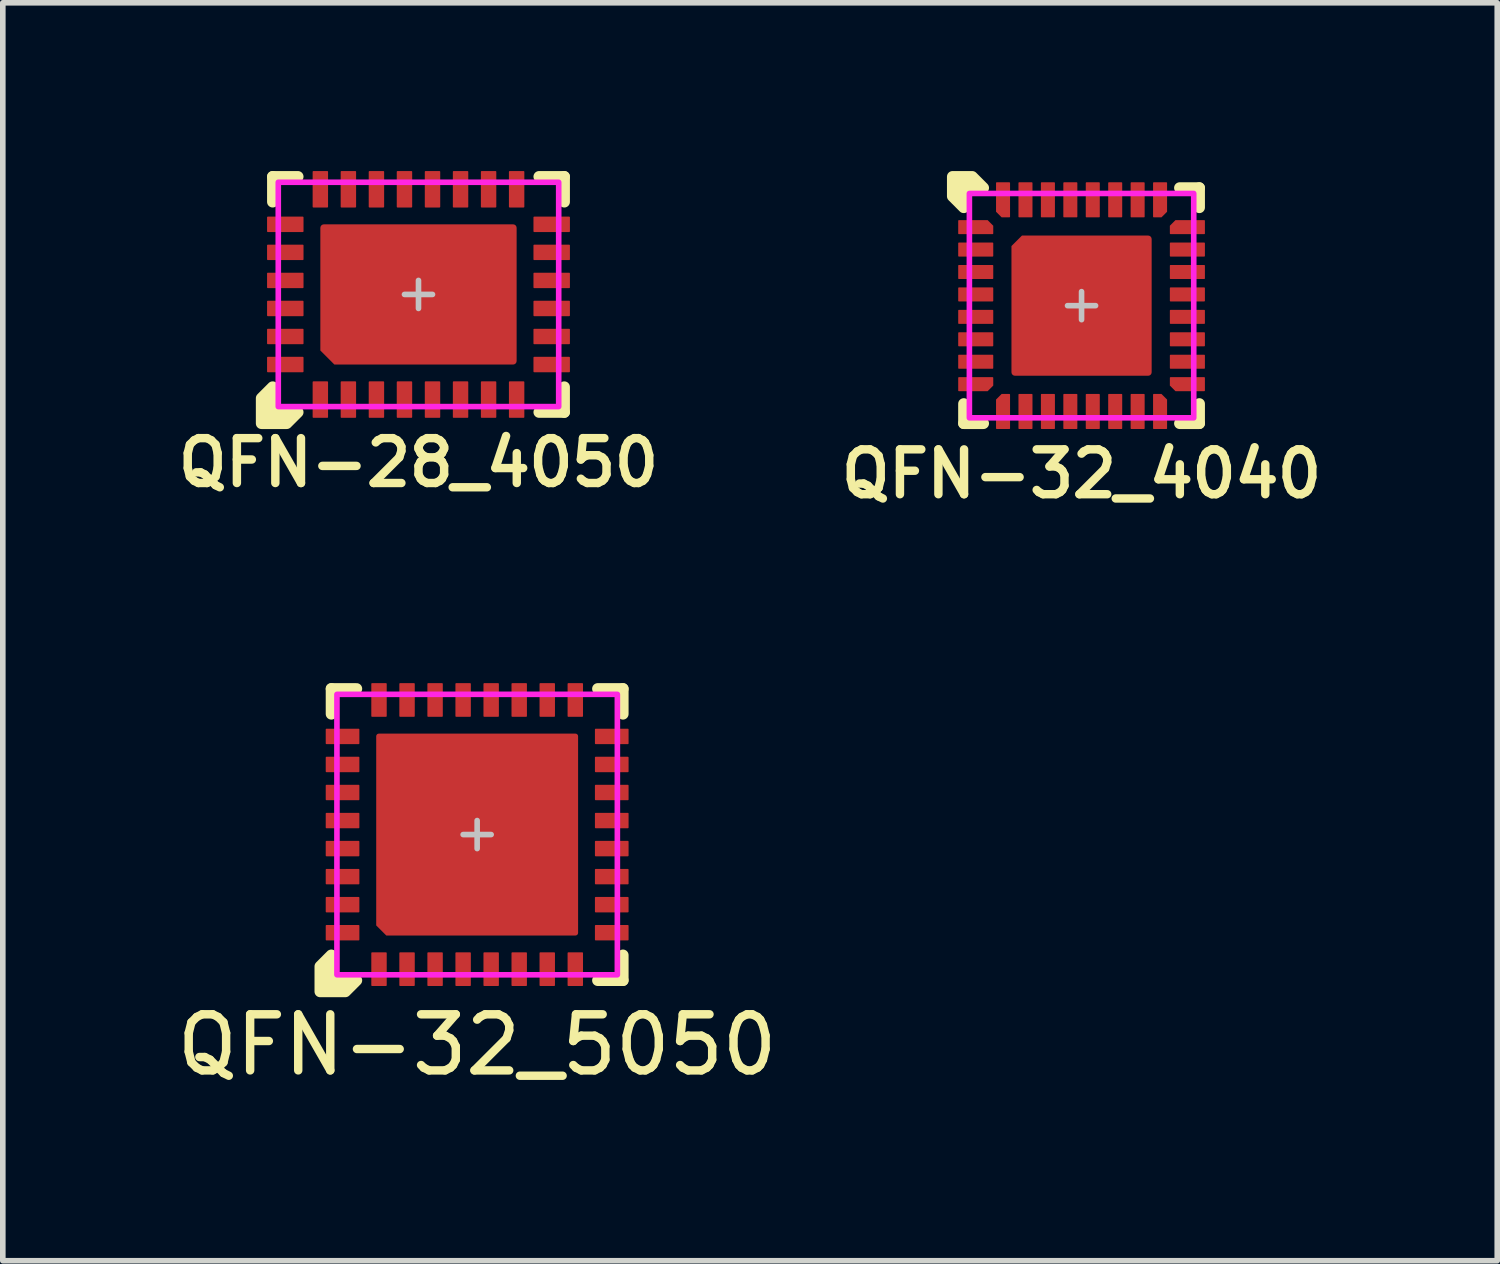
<source format=kicad_pcb>
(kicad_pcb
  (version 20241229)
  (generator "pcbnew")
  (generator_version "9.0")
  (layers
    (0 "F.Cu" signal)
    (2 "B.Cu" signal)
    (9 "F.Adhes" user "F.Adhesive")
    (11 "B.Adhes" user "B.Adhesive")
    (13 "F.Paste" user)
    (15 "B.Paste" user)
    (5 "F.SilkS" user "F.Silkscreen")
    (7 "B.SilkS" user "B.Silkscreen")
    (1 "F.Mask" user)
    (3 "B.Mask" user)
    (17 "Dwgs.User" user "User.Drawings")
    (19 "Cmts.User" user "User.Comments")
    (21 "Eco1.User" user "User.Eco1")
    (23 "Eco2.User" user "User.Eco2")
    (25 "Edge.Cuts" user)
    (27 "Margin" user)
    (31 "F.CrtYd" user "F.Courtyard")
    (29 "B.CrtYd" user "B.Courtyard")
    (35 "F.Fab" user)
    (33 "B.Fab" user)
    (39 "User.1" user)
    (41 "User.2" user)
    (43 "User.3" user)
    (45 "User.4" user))
  (footprint "QFN-32_5050"
    (layer "F.Cu")
    (at 5.458 11.831)
    (property "Reference" "QFN-32_5050" (at 0 3.75 0) (unlocked yes) (layer "F.SilkS") (effects (font (size 1 1) (thickness 0.15))))
    (attr smd)
    (fp_line (start -2.6 -2.6) (end -2.6 -2.15) (stroke (width 0.2) (type solid)) (layer "F.SilkS"))
    (fp_line (start -2.15 -2.6) (end -2.6 -2.6) (stroke (width 0.2) (type solid)) (layer "F.SilkS"))
    (fp_line (start 2.15 2.6) (end 2.6 2.6) (stroke (width 0.2) (type solid)) (layer "F.SilkS"))
    (fp_line (start 2.6 -2.6) (end 2.15 -2.6) (stroke (width 0.2) (type solid)) (layer "F.SilkS"))
    (fp_line (start 2.6 -2.15) (end 2.6 -2.6) (stroke (width 0.2) (type solid)) (layer "F.SilkS"))
    (fp_line (start 2.6 2.6) (end 2.6 2.15) (stroke (width 0.2) (type solid)) (layer "F.SilkS"))
    (fp_poly (pts (xy -2.6 2.6) (xy -2.15 2.6) (xy -2.35 2.8) (xy -2.8 2.8) (xy -2.8 2.35) (xy -2.6 2.15)) (stroke (width 0.2) (type solid)) (fill yes) (layer "F.SilkS"))
    (fp_rect (start -1.65 -1.65) (end -0.75 -0.75) (stroke (width 0) (type solid)) (fill yes) (layer "F.Paste"))
    (fp_rect (start -1.65 -0.45) (end -0.75 0.45) (stroke (width 0) (type solid)) (fill yes) (layer "F.Paste"))
    (fp_rect (start -0.45 -1.65) (end 0.45 -0.75) (stroke (width 0) (type solid)) (fill yes) (layer "F.Paste"))
    (fp_rect (start -0.45 -0.45) (end 0.45 0.45) (stroke (width 0) (type solid)) (fill yes) (layer "F.Paste"))
    (fp_rect (start -0.45 0.75) (end 0.45 1.65) (stroke (width 0) (type solid)) (fill yes) (layer "F.Paste"))
    (fp_rect (start 0.75 -1.65) (end 1.65 -0.75) (stroke (width 0) (type solid)) (fill yes) (layer "F.Paste"))
    (fp_rect (start 0.75 -0.45) (end 1.65 0.45) (stroke (width 0) (type solid)) (fill yes) (layer "F.Paste"))
    (fp_rect (start 0.75 0.75) (end 1.65 1.65) (stroke (width 0) (type solid)) (fill yes) (layer "F.Paste"))
    (fp_poly (pts (xy -0.75 1.65) (xy -1.55 1.65) (xy -1.65 1.55) (xy -1.65 0.75) (xy -0.75 0.75)) (stroke (width 0) (type solid)) (fill yes) (layer "F.Paste"))
    (fp_line (start -0.25 0) (end 0.25 0) (stroke (width 0.1) (type solid)) (layer "Dwgs.User"))
    (fp_line (start 0 -0.25) (end 0 0.25) (stroke (width 0.1) (type solid)) (layer "Dwgs.User"))
    (fp_rect (start -2.5 -2.5) (end 2.5 2.5) (stroke (width 0.1) (type solid)) (fill no) (layer "F.CrtYd"))
    (pad "1" smd roundrect (at -2.4 -1.75) (size 0.6 0.275) (layers "F.Cu" "F.Mask" "F.Paste") (roundrect_rratio 0.05))
    (pad "2" smd roundrect (at -2.4 -1.25) (size 0.6 0.275) (layers "F.Cu" "F.Mask" "F.Paste") (roundrect_rratio 0.05))
    (pad "3" smd roundrect (at -2.4 -0.75) (size 0.6 0.275) (layers "F.Cu" "F.Mask" "F.Paste") (roundrect_rratio 0.05))
    (pad "4" smd roundrect (at -2.4 -0.25) (size 0.6 0.275) (layers "F.Cu" "F.Mask" "F.Paste") (roundrect_rratio 0.05))
    (pad "5" smd roundrect (at -2.4 0.25) (size 0.6 0.275) (layers "F.Cu" "F.Mask" "F.Paste") (roundrect_rratio 0.05))
    (pad "6" smd roundrect (at -2.4 0.75) (size 0.6 0.275) (layers "F.Cu" "F.Mask" "F.Paste") (roundrect_rratio 0.05))
    (pad "7" smd roundrect (at -2.4 1.25) (size 0.6 0.275) (layers "F.Cu" "F.Mask" "F.Paste") (roundrect_rratio 0.05))
    (pad "8" smd roundrect (at -2.4 1.75) (size 0.6 0.275) (layers "F.Cu" "F.Mask" "F.Paste") (roundrect_rratio 0.05))
    (pad "9" smd roundrect (at -1.75 2.4 90) (size 0.6 0.275) (layers "F.Cu" "F.Mask" "F.Paste") (roundrect_rratio 0.05))
    (pad "10" smd roundrect (at -1.25 2.4 90) (size 0.6 0.275) (layers "F.Cu" "F.Mask" "F.Paste") (roundrect_rratio 0.05))
    (pad "11" smd roundrect (at -0.75 2.4 90) (size 0.6 0.275) (layers "F.Cu" "F.Mask" "F.Paste") (roundrect_rratio 0.05))
    (pad "12" smd roundrect (at -0.25 2.4 90) (size 0.6 0.275) (layers "F.Cu" "F.Mask" "F.Paste") (roundrect_rratio 0.05))
    (pad "13" smd roundrect (at 0.25 2.4 90) (size 0.6 0.275) (layers "F.Cu" "F.Mask" "F.Paste") (roundrect_rratio 0.05))
    (pad "14" smd roundrect (at 0.75 2.4 90) (size 0.6 0.275) (layers "F.Cu" "F.Mask" "F.Paste") (roundrect_rratio 0.05))
    (pad "15" smd roundrect (at 1.25 2.4 90) (size 0.6 0.275) (layers "F.Cu" "F.Mask" "F.Paste") (roundrect_rratio 0.05))
    (pad "16" smd roundrect (at 1.75 2.4 90) (size 0.6 0.275) (layers "F.Cu" "F.Mask" "F.Paste") (roundrect_rratio 0.05))
    (pad "17" smd roundrect (at 2.4 1.75) (size 0.6 0.275) (layers "F.Cu" "F.Mask" "F.Paste") (roundrect_rratio 0.05))
    (pad "18" smd roundrect (at 2.4 1.25) (size 0.6 0.275) (layers "F.Cu" "F.Mask" "F.Paste") (roundrect_rratio 0.05))
    (pad "19" smd roundrect (at 2.4 0.75) (size 0.6 0.275) (layers "F.Cu" "F.Mask" "F.Paste") (roundrect_rratio 0.05))
    (pad "20" smd roundrect (at 2.4 0.25) (size 0.6 0.275) (layers "F.Cu" "F.Mask" "F.Paste") (roundrect_rratio 0.05))
    (pad "21" smd roundrect (at 2.4 -0.25) (size 0.6 0.275) (layers "F.Cu" "F.Mask" "F.Paste") (roundrect_rratio 0.05))
    (pad "22" smd roundrect (at 2.4 -0.75) (size 0.6 0.275) (layers "F.Cu" "F.Mask" "F.Paste") (roundrect_rratio 0.05))
    (pad "23" smd roundrect (at 2.4 -1.25) (size 0.6 0.275) (layers "F.Cu" "F.Mask" "F.Paste") (roundrect_rratio 0.05))
    (pad "24" smd roundrect (at 2.4 -1.75) (size 0.6 0.275) (layers "F.Cu" "F.Mask" "F.Paste") (roundrect_rratio 0.05))
    (pad "25" smd roundrect (at 1.75 -2.4 90) (size 0.6 0.275) (layers "F.Cu" "F.Mask" "F.Paste") (roundrect_rratio 0.05))
    (pad "26" smd roundrect (at 1.25 -2.4 90) (size 0.6 0.275) (layers "F.Cu" "F.Mask" "F.Paste") (roundrect_rratio 0.05))
    (pad "27" smd roundrect (at 0.75 -2.4 90) (size 0.6 0.275) (layers "F.Cu" "F.Mask" "F.Paste") (roundrect_rratio 0.05))
    (pad "28" smd roundrect (at 0.25 -2.4 90) (size 0.6 0.275) (layers "F.Cu" "F.Mask" "F.Paste") (roundrect_rratio 0.05))
    (pad "29" smd roundrect (at -0.25 -2.4 90) (size 0.6 0.275) (layers "F.Cu" "F.Mask" "F.Paste") (roundrect_rratio 0.05))
    (pad "30" smd roundrect (at -0.75 -2.4 90) (size 0.6 0.275) (layers "F.Cu" "F.Mask" "F.Paste") (roundrect_rratio 0.05))
    (pad "31" smd roundrect (at -1.25 -2.4 90) (size 0.6 0.275) (layers "F.Cu" "F.Mask" "F.Paste") (roundrect_rratio 0.05))
    (pad "32" smd roundrect (at -1.75 -2.4 90) (size 0.6 0.275) (layers "F.Cu" "F.Mask" "F.Paste") (roundrect_rratio 0.05))
    (pad "EP" smd roundrect (at 0 0) (size 3.6 3.6) (layers "F.Cu" "F.Mask") (roundrect_rratio 0.013) (chamfer_ratio 0.05) (chamfer bottom_left)))
  (footprint "QFN-28_4050"
    (layer "F.Cu")
    (at 4.412 2.2)
    (property "Reference" "QFN-28_4050" (at 0 3 0) (unlocked yes) (layer "F.SilkS") (effects (font (size 0.8 0.8) (thickness 0.15))))
    (attr smd)
    (fp_line (start -2.6 -2.1) (end -2.6 -1.65) (stroke (width 0.2) (type solid)) (layer "F.SilkS"))
    (fp_line (start -2.15 -2.1) (end -2.6 -2.1) (stroke (width 0.2) (type solid)) (layer "F.SilkS"))
    (fp_line (start 2.15 2.1) (end 2.6 2.1) (stroke (width 0.2) (type solid)) (layer "F.SilkS"))
    (fp_line (start 2.6 -2.1) (end 2.15 -2.1) (stroke (width 0.2) (type solid)) (layer "F.SilkS"))
    (fp_line (start 2.6 -1.65) (end 2.6 -2.1) (stroke (width 0.2) (type solid)) (layer "F.SilkS"))
    (fp_line (start 2.6 2.1) (end 2.6 1.65) (stroke (width 0.2) (type solid)) (layer "F.SilkS"))
    (fp_poly (pts (xy -2.6 2.1) (xy -2.15 2.1) (xy -2.35 2.3) (xy -2.8 2.3) (xy -2.8 1.85) (xy -2.6 1.65)) (stroke (width 0.2) (type solid)) (fill yes) (layer "F.SilkS"))
    (fp_rect (start -1.6 -1.1) (end -0.75 -0.15) (stroke (width 0) (type solid)) (fill yes) (layer "F.Paste"))
    (fp_rect (start -0.45 -1.1) (end 0.45 -0.15) (stroke (width 0) (type solid)) (fill yes) (layer "F.Paste"))
    (fp_rect (start -0.45 0.15) (end 0.45 1.1) (stroke (width 0) (type solid)) (fill yes) (layer "F.Paste"))
    (fp_rect (start 0.75 -1.1) (end 1.6 -0.15) (stroke (width 0) (type solid)) (fill yes) (layer "F.Paste"))
    (fp_rect (start 0.75 0.15) (end 1.6 1.1) (stroke (width 0) (type solid)) (fill yes) (layer "F.Paste"))
    (fp_poly (pts (xy -0.75 1.1) (xy -1.4 1.1) (xy -1.6 0.9) (xy -1.6 0.15) (xy -0.75 0.15)) (stroke (width 0) (type solid)) (fill yes) (layer "F.Paste"))
    (fp_line (start -0.25 0) (end 0.25 0) (stroke (width 0.1) (type solid)) (layer "Dwgs.User"))
    (fp_line (start 0 0.25) (end 0 -0.25) (stroke (width 0.1) (type solid)) (layer "Dwgs.User"))
    (fp_rect (start -2.5 -2) (end 2.5 2) (stroke (width 0.1) (type solid)) (fill no) (layer "F.CrtYd"))
    (pad "1" smd roundrect (at -1.75 1.875 90) (size 0.65 0.275) (layers "F.Cu" "F.Mask" "F.Paste") (roundrect_rratio 0.05))
    (pad "2" smd roundrect (at -1.25 1.875 90) (size 0.65 0.275) (layers "F.Cu" "F.Mask" "F.Paste") (roundrect_rratio 0.05))
    (pad "3" smd roundrect (at -0.75 1.875 90) (size 0.65 0.275) (layers "F.Cu" "F.Mask" "F.Paste") (roundrect_rratio 0.05))
    (pad "4" smd roundrect (at -0.25 1.875 90) (size 0.65 0.275) (layers "F.Cu" "F.Mask" "F.Paste") (roundrect_rratio 0.05))
    (pad "5" smd roundrect (at 0.25 1.875 90) (size 0.65 0.275) (layers "F.Cu" "F.Mask" "F.Paste") (roundrect_rratio 0.05))
    (pad "6" smd roundrect (at 0.75 1.875 90) (size 0.65 0.275) (layers "F.Cu" "F.Mask" "F.Paste") (roundrect_rratio 0.05))
    (pad "7" smd roundrect (at 1.25 1.875 90) (size 0.65 0.275) (layers "F.Cu" "F.Mask" "F.Paste") (roundrect_rratio 0.05))
    (pad "8" smd roundrect (at 1.75 1.875 90) (size 0.65 0.275) (layers "F.Cu" "F.Mask" "F.Paste") (roundrect_rratio 0.05))
    (pad "9" smd roundrect (at 2.375 1.25) (size 0.65 0.275) (layers "F.Cu" "F.Mask" "F.Paste") (roundrect_rratio 0.05))
    (pad "10" smd roundrect (at 2.375 0.75) (size 0.65 0.275) (layers "F.Cu" "F.Mask" "F.Paste") (roundrect_rratio 0.05))
    (pad "11" smd roundrect (at 2.375 0.25) (size 0.65 0.275) (layers "F.Cu" "F.Mask" "F.Paste") (roundrect_rratio 0.05))
    (pad "12" smd roundrect (at 2.375 -0.25) (size 0.65 0.275) (layers "F.Cu" "F.Mask" "F.Paste") (roundrect_rratio 0.05))
    (pad "13" smd roundrect (at 2.375 -0.75) (size 0.65 0.275) (layers "F.Cu" "F.Mask" "F.Paste") (roundrect_rratio 0.05))
    (pad "14" smd roundrect (at 2.375 -1.25) (size 0.65 0.275) (layers "F.Cu" "F.Mask" "F.Paste") (roundrect_rratio 0.05))
    (pad "15" smd roundrect (at 1.75 -1.875 90) (size 0.65 0.275) (layers "F.Cu" "F.Mask" "F.Paste") (roundrect_rratio 0.05))
    (pad "16" smd roundrect (at 1.25 -1.875 90) (size 0.65 0.275) (layers "F.Cu" "F.Mask" "F.Paste") (roundrect_rratio 0.05))
    (pad "17" smd roundrect (at 0.75 -1.875 90) (size 0.65 0.275) (layers "F.Cu" "F.Mask" "F.Paste") (roundrect_rratio 0.05))
    (pad "18" smd roundrect (at 0.25 -1.875 90) (size 0.65 0.275) (layers "F.Cu" "F.Mask" "F.Paste") (roundrect_rratio 0.05))
    (pad "19" smd roundrect (at -0.25 -1.875 90) (size 0.65 0.275) (layers "F.Cu" "F.Mask" "F.Paste") (roundrect_rratio 0.05))
    (pad "20" smd roundrect (at -0.75 -1.875 90) (size 0.65 0.275) (layers "F.Cu" "F.Mask" "F.Paste") (roundrect_rratio 0.05))
    (pad "21" smd roundrect (at -1.25 -1.875 90) (size 0.65 0.275) (layers "F.Cu" "F.Mask" "F.Paste") (roundrect_rratio 0.05))
    (pad "22" smd roundrect (at -1.75 -1.875 90) (size 0.65 0.275) (layers "F.Cu" "F.Mask" "F.Paste") (roundrect_rratio 0.05))
    (pad "23" smd roundrect (at -2.375 -1.25) (size 0.65 0.275) (layers "F.Cu" "F.Mask" "F.Paste") (roundrect_rratio 0.05))
    (pad "24" smd roundrect (at -2.375 -0.75) (size 0.65 0.275) (layers "F.Cu" "F.Mask" "F.Paste") (roundrect_rratio 0.05))
    (pad "25" smd roundrect (at -2.375 -0.25) (size 0.65 0.275) (layers "F.Cu" "F.Mask" "F.Paste") (roundrect_rratio 0.05))
    (pad "26" smd roundrect (at -2.375 0.25) (size 0.65 0.275) (layers "F.Cu" "F.Mask" "F.Paste") (roundrect_rratio 0.05))
    (pad "27" smd roundrect (at -2.375 0.75) (size 0.65 0.275) (layers "F.Cu" "F.Mask" "F.Paste") (roundrect_rratio 0.05))
    (pad "28" smd roundrect (at -2.375 1.25) (size 0.65 0.275) (layers "F.Cu" "F.Mask" "F.Paste") (roundrect_rratio 0.05))
    (pad "EP" smd roundrect (at 0 0) (size 3.5 2.5) (layers "F.Cu" "F.Mask") (roundrect_rratio 0.025) (chamfer_ratio 0.1) (chamfer bottom_left)))
  (footprint "QFN-32_4040"
    (layer "F.Cu")
    (at 16.235 2.4)
    (property "Reference" "QFN-32_4040" (at 0 3 0) (unlocked yes) (layer "F.SilkS") (effects (font (size 0.8 0.8) (thickness 0.15))))
    (attr smd)
    (fp_line (start -2.1 1.75) (end -2.1 2.1) (stroke (width 0.2) (type solid)) (layer "F.SilkS"))
    (fp_line (start -2.1 2.1) (end -1.75 2.1) (stroke (width 0.2) (type solid)) (layer "F.SilkS"))
    (fp_line (start 1.75 2.1) (end 2.1 2.1) (stroke (width 0.2) (type solid)) (layer "F.SilkS"))
    (fp_line (start 2.1 -2.1) (end 1.75 -2.1) (stroke (width 0.2) (type solid)) (layer "F.SilkS"))
    (fp_line (start 2.1 -1.75) (end 2.1 -2.1) (stroke (width 0.2) (type solid)) (layer "F.SilkS"))
    (fp_line (start 2.1 2.1) (end 2.1 1.75) (stroke (width 0.2) (type solid)) (layer "F.SilkS"))
    (fp_poly (pts (xy -2.1 -2.1) (xy -2.1 -1.75) (xy -2.3 -1.95) (xy -2.3 -2.3) (xy -1.95 -2.3) (xy -1.75 -2.1)) (stroke (width 0.2) (type solid)) (fill yes) (layer "F.SilkS"))
    (fp_rect (start -0.15 0.15) (end -1.1 1.1) (stroke (width 0) (type solid)) (fill yes) (layer "F.Paste"))
    (fp_rect (start 1.1 -1.1) (end 0.15 -0.15) (stroke (width 0) (type solid)) (fill yes) (layer "F.Paste"))
    (fp_rect (start 1.1 0.15) (end 0.15 1.1) (stroke (width 0) (type solid)) (fill yes) (layer "F.Paste"))
    (fp_poly (pts (xy -1.1 -0.15) (xy -1.1 -1) (xy -1 -1.1) (xy -0.15 -1.1) (xy -0.15 -0.15)) (stroke (width 0) (type solid)) (fill yes) (layer "F.Paste"))
    (fp_line (start -0.25 0) (end 0.25 0) (stroke (width 0.1) (type solid)) (layer "Dwgs.User"))
    (fp_line (start 0 -0.25) (end 0 0.25) (stroke (width 0.1) (type solid)) (layer "Dwgs.User"))
    (fp_rect (start 2 -2) (end -2 2) (stroke (width 0.1) (type solid)) (fill no) (layer "F.CrtYd"))
    (pad "1" smd roundrect (at -1.887 -1.4) (size 0.625 0.25) (layers "F.Cu" "F.Mask" "F.Paste") (roundrect_rratio 0.05) (chamfer_ratio 0.4) (chamfer top_right))
    (pad "2" smd roundrect (at -1.887 -1) (size 0.625 0.25) (layers "F.Cu" "F.Mask" "F.Paste") (roundrect_rratio 0.05))
    (pad "3" smd roundrect (at -1.887 -0.6) (size 0.625 0.25) (layers "F.Cu" "F.Mask" "F.Paste") (roundrect_rratio 0.05))
    (pad "4" smd roundrect (at -1.887 -0.2) (size 0.625 0.25) (layers "F.Cu" "F.Mask" "F.Paste") (roundrect_rratio 0.05))
    (pad "5" smd roundrect (at -1.887 0.2) (size 0.625 0.25) (layers "F.Cu" "F.Mask" "F.Paste") (roundrect_rratio 0.05))
    (pad "6" smd roundrect (at -1.887 0.6) (size 0.625 0.25) (layers "F.Cu" "F.Mask" "F.Paste") (roundrect_rratio 0.05))
    (pad "7" smd roundrect (at -1.887 1) (size 0.625 0.25) (layers "F.Cu" "F.Mask" "F.Paste") (roundrect_rratio 0.05))
    (pad "8" smd roundrect (at -1.887 1.4) (size 0.625 0.25) (layers "F.Cu" "F.Mask" "F.Paste") (roundrect_rratio 0.05) (chamfer_ratio 0.4) (chamfer bottom_right))
    (pad "9" smd roundrect (at -1.4 1.887 90) (size 0.625 0.25) (layers "F.Cu" "F.Mask" "F.Paste") (roundrect_rratio 0.05) (chamfer_ratio 0.4) (chamfer top_right))
    (pad "10" smd roundrect (at -1 1.887 90) (size 0.625 0.25) (layers "F.Cu" "F.Mask" "F.Paste") (roundrect_rratio 0.05))
    (pad "11" smd roundrect (at -0.6 1.887 90) (size 0.625 0.25) (layers "F.Cu" "F.Mask" "F.Paste") (roundrect_rratio 0.05))
    (pad "12" smd roundrect (at -0.2 1.887 90) (size 0.625 0.25) (layers "F.Cu" "F.Mask" "F.Paste") (roundrect_rratio 0.05))
    (pad "13" smd roundrect (at 0.2 1.887 90) (size 0.625 0.25) (layers "F.Cu" "F.Mask" "F.Paste") (roundrect_rratio 0.05))
    (pad "14" smd roundrect (at 0.6 1.887 90) (size 0.625 0.25) (layers "F.Cu" "F.Mask" "F.Paste") (roundrect_rratio 0.05))
    (pad "15" smd roundrect (at 1 1.887 90) (size 0.625 0.25) (layers "F.Cu" "F.Mask" "F.Paste") (roundrect_rratio 0.05))
    (pad "16" smd roundrect (at 1.4 1.887 90) (size 0.625 0.25) (layers "F.Cu" "F.Mask" "F.Paste") (roundrect_rratio 0.05) (chamfer_ratio 0.4) (chamfer bottom_right))
    (pad "17" smd roundrect (at 1.887 1.4 180) (size 0.625 0.25) (layers "F.Cu" "F.Mask" "F.Paste") (roundrect_rratio 0.05) (chamfer_ratio 0.4) (chamfer top_right))
    (pad "18" smd roundrect (at 1.887 1 180) (size 0.625 0.25) (layers "F.Cu" "F.Mask" "F.Paste") (roundrect_rratio 0.05))
    (pad "19" smd roundrect (at 1.887 0.6 180) (size 0.625 0.25) (layers "F.Cu" "F.Mask" "F.Paste") (roundrect_rratio 0.05))
    (pad "20" smd roundrect (at 1.887 0.2 180) (size 0.625 0.25) (layers "F.Cu" "F.Mask" "F.Paste") (roundrect_rratio 0.05))
    (pad "21" smd roundrect (at 1.887 -0.2 180) (size 0.625 0.25) (layers "F.Cu" "F.Mask" "F.Paste") (roundrect_rratio 0.05))
    (pad "22" smd roundrect (at 1.887 -0.6 180) (size 0.625 0.25) (layers "F.Cu" "F.Mask" "F.Paste") (roundrect_rratio 0.05))
    (pad "23" smd roundrect (at 1.887 -1 180) (size 0.625 0.25) (layers "F.Cu" "F.Mask" "F.Paste") (roundrect_rratio 0.05))
    (pad "24" smd roundrect (at 1.887 -1.4 180) (size 0.625 0.25) (layers "F.Cu" "F.Mask" "F.Paste") (roundrect_rratio 0.05) (chamfer_ratio 0.4) (chamfer bottom_right))
    (pad "25" smd roundrect (at 1.4 -1.887 270) (size 0.625 0.25) (layers "F.Cu" "F.Mask" "F.Paste") (roundrect_rratio 0.05) (chamfer_ratio 0.4) (chamfer top_right))
    (pad "26" smd roundrect (at 1 -1.887 270) (size 0.625 0.25) (layers "F.Cu" "F.Mask" "F.Paste") (roundrect_rratio 0.05))
    (pad "27" smd roundrect (at 0.6 -1.887 270) (size 0.625 0.25) (layers "F.Cu" "F.Mask" "F.Paste") (roundrect_rratio 0.05))
    (pad "28" smd roundrect (at 0.2 -1.887 270) (size 0.625 0.25) (layers "F.Cu" "F.Mask" "F.Paste") (roundrect_rratio 0.05))
    (pad "29" smd roundrect (at -0.2 -1.887 270) (size 0.625 0.25) (layers "F.Cu" "F.Mask" "F.Paste") (roundrect_rratio 0.05))
    (pad "30" smd roundrect (at -0.6 -1.887 270) (size 0.625 0.25) (layers "F.Cu" "F.Mask" "F.Paste") (roundrect_rratio 0.05))
    (pad "31" smd roundrect (at -1 -1.887 270) (size 0.625 0.25) (layers "F.Cu" "F.Mask" "F.Paste") (roundrect_rratio 0.05))
    (pad "32" smd roundrect (at -1.4 -1.887 270) (size 0.625 0.25) (layers "F.Cu" "F.Mask" "F.Paste") (roundrect_rratio 0.05) (chamfer_ratio 0.4) (chamfer bottom_right))
    (pad "EP" smd roundrect (at 0 0 270) (size 2.5 2.5) (layers "F.Cu" "F.Mask") (roundrect_rratio 0.025) (chamfer_ratio 0.075) (chamfer bottom_left)))
  (gr_rect
    (start -3 -3)
    (end 23.647 19.43)
    (stroke (width 0.1) (type default))
    (fill no)
    (layer "Edge.Cuts")))
</source>
